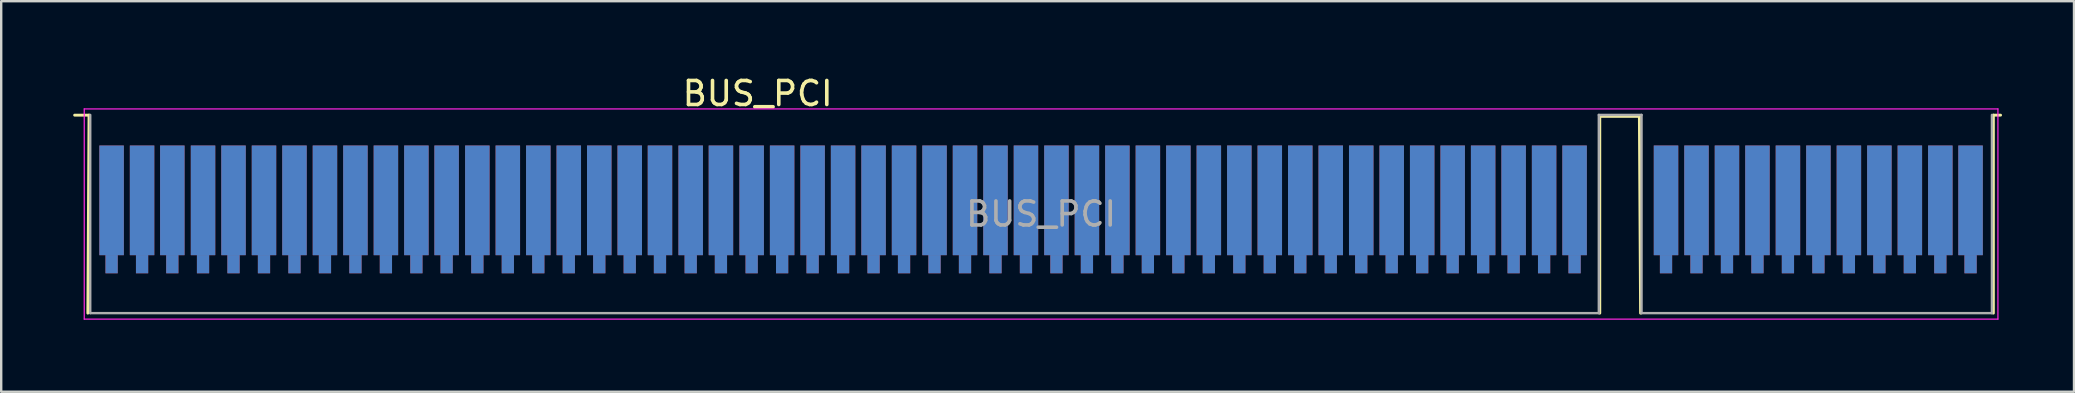
<source format=kicad_pcb>
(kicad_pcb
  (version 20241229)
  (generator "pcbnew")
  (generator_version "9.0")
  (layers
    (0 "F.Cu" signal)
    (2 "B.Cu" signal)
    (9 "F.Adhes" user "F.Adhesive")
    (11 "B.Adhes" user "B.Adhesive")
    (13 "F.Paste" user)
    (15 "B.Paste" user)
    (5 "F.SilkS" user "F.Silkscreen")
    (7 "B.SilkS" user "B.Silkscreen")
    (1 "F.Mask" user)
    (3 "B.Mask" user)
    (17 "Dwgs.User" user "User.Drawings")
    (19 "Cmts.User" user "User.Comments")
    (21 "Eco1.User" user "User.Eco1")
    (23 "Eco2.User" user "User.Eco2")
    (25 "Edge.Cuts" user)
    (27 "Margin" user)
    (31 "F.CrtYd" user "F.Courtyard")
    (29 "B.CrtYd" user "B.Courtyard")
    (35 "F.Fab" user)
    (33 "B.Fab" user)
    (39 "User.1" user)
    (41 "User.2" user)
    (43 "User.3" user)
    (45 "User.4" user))
  (footprint "BUS_PCI"
    (layer "F.Cu")
    (at 40.33 6.628)
    (property "Reference" "BUS_PCI" (at -11.81 -5.78 0) (layer "F.SilkS") (effects (font (size 1 1) (thickness 0.15))))
    (attr exclude_from_pos_files exclude_from_bom)
    (fp_line (start -40.27 -4.88) (end -39.67 -4.88) (stroke (width 0.12) (type solid)) (layer "F.SilkS"))
    (fp_line (start -39.67 -4.88) (end -39.72 3.37) (stroke (width 0.12) (type solid)) (layer "F.SilkS"))
    (fp_line (start 23.28 -4.83) (end 24.93 -4.83) (stroke (width 0.12) (type solid)) (layer "F.SilkS"))
    (fp_line (start 23.28 3.37) (end 23.28 -4.83) (stroke (width 0.12) (type solid)) (layer "F.SilkS"))
    (fp_line (start 24.93 -4.83) (end 24.98 3.37) (stroke (width 0.12) (type solid)) (layer "F.SilkS"))
    (fp_line (start 39.68 -4.88) (end 39.98 -4.88) (stroke (width 0.12) (type solid)) (layer "F.SilkS"))
    (fp_line (start 39.68 3.37) (end 39.68 -4.88) (stroke (width 0.12) (type solid)) (layer "F.SilkS"))
    (fp_line (start -39.87 -5.14) (end -39.87 3.62) (stroke (width 0.05) (type solid)) (layer "F.CrtYd"))
    (fp_line (start -39.87 -5.14) (end 39.87 -5.14) (stroke (width 0.05) (type solid)) (layer "F.CrtYd"))
    (fp_line (start 39.87 3.62) (end -39.87 3.62) (stroke (width 0.05) (type solid)) (layer "F.CrtYd"))
    (fp_line (start 39.87 3.62) (end 39.87 -5.14) (stroke (width 0.05) (type solid)) (layer "F.CrtYd"))
    (fp_line (start -39.62 -4.89) (end -39.62 3.37) (stroke (width 0.1) (type solid)) (layer "F.Fab"))
    (fp_line (start -39.62 3.37) (end 23.24 3.37) (stroke (width 0.1) (type solid)) (layer "F.Fab"))
    (fp_line (start 23.24 -4.89) (end 25.02 -4.89) (stroke (width 0.1) (type solid)) (layer "F.Fab"))
    (fp_line (start 23.24 3.37) (end 23.24 -4.89) (stroke (width 0.1) (type solid)) (layer "F.Fab"))
    (fp_line (start 25.02 -4.89) (end 25.02 3.37) (stroke (width 0.1) (type solid)) (layer "F.Fab"))
    (fp_line (start 25.02 3.37) (end 39.62 3.37) (stroke (width 0.1) (type solid)) (layer "F.Fab"))
    (fp_line (start 39.62 3.37) (end 39.62 -4.89) (stroke (width 0.1) (type solid)) (layer "F.Fab"))
    (fp_text user "${REFERENCE}" (at 0 -0.76 0) (layer "F.Fab") (effects (font (size 1 1) (thickness 0.15))))
    (pad "A1" connect rect (at -38.73 -1.33) (size 1.02 4.57) (layers "B.Cu" "B.Mask"))
    (pad "A1" connect rect (at -38.73 1.33) (size 0.51 0.76) (layers "B.Cu" "B.Mask"))
    (pad "A2" connect rect (at -37.46 -1.33) (size 1.02 4.57) (layers "B.Cu" "B.Mask"))
    (pad "A2" connect rect (at -37.46 1.33) (size 0.51 0.76) (layers "B.Cu" "B.Mask"))
    (pad "A3" connect rect (at -36.2 -1.33) (size 1.02 4.57) (layers "B.Cu" "B.Mask"))
    (pad "A3" connect rect (at -36.2 1.33) (size 0.51 0.76) (layers "B.Cu" "B.Mask"))
    (pad "A4" connect rect (at -34.92 -1.33) (size 1.02 4.57) (layers "B.Cu" "B.Mask"))
    (pad "A4" connect rect (at -34.92 1.33) (size 0.51 0.76) (layers "B.Cu" "B.Mask"))
    (pad "A5" connect rect (at -33.65 -1.33) (size 1.02 4.57) (layers "B.Cu" "B.Mask"))
    (pad "A5" connect rect (at -33.65 1.33) (size 0.51 0.76) (layers "B.Cu" "B.Mask"))
    (pad "A6" connect rect (at -32.38 -1.33) (size 1.02 4.57) (layers "B.Cu" "B.Mask"))
    (pad "A6" connect rect (at -32.38 1.33) (size 0.51 0.76) (layers "B.Cu" "B.Mask"))
    (pad "A7" connect rect (at -31.11 -1.33) (size 1.02 4.57) (layers "B.Cu" "B.Mask"))
    (pad "A7" connect rect (at -31.11 1.33) (size 0.51 0.76) (layers "B.Cu" "B.Mask"))
    (pad "A8" connect rect (at -29.84 -1.33) (size 1.02 4.57) (layers "B.Cu" "B.Mask"))
    (pad "A8" connect rect (at -29.84 1.33) (size 0.51 0.76) (layers "B.Cu" "B.Mask"))
    (pad "A9" connect rect (at -28.57 -1.33) (size 1.02 4.57) (layers "B.Cu" "B.Mask"))
    (pad "A9" connect rect (at -28.57 1.33) (size 0.51 0.76) (layers "B.Cu" "B.Mask"))
    (pad "A10" connect rect (at -27.3 -1.33) (size 1.02 4.57) (layers "B.Cu" "B.Mask"))
    (pad "A10" connect rect (at -27.3 1.33) (size 0.51 0.76) (layers "B.Cu" "B.Mask"))
    (pad "A11" connect rect (at -26.03 -1.33) (size 1.02 4.57) (layers "B.Cu" "B.Mask"))
    (pad "A11" connect rect (at -26.03 1.33) (size 0.51 0.76) (layers "B.Cu" "B.Mask"))
    (pad "A12" connect rect (at -24.77 -1.33) (size 1.02 4.57) (layers "B.Cu" "B.Mask"))
    (pad "A12" connect rect (at -24.77 1.33) (size 0.51 0.76) (layers "B.Cu" "B.Mask"))
    (pad "A13" connect rect (at -23.49 -1.33) (size 1.02 4.57) (layers "B.Cu" "B.Mask"))
    (pad "A13" connect rect (at -23.49 1.33) (size 0.51 0.76) (layers "B.Cu" "B.Mask"))
    (pad "A14" connect rect (at -22.22 -1.33) (size 1.02 4.57) (layers "B.Cu" "B.Mask"))
    (pad "A14" connect rect (at -22.22 1.33) (size 0.51 0.76) (layers "B.Cu" "B.Mask"))
    (pad "A15" connect rect (at -20.95 -1.33) (size 1.02 4.57) (layers "B.Cu" "B.Mask"))
    (pad "A15" connect rect (at -20.95 1.33) (size 0.51 0.76) (layers "B.Cu" "B.Mask"))
    (pad "A16" connect rect (at -19.68 -1.33) (size 1.02 4.57) (layers "B.Cu" "B.Mask"))
    (pad "A16" connect rect (at -19.68 1.33) (size 0.51 0.76) (layers "B.Cu" "B.Mask"))
    (pad "A17" connect rect (at -18.41 -1.33) (size 1.02 4.57) (layers "B.Cu" "B.Mask"))
    (pad "A17" connect rect (at -18.41 1.33) (size 0.51 0.76) (layers "B.Cu" "B.Mask"))
    (pad "A18" connect rect (at -17.14 -1.33) (size 1.02 4.57) (layers "B.Cu" "B.Mask"))
    (pad "A18" connect rect (at -17.14 1.33) (size 0.51 0.76) (layers "B.Cu" "B.Mask"))
    (pad "A19" connect rect (at -15.88 -1.33) (size 1.02 4.57) (layers "B.Cu" "B.Mask"))
    (pad "A19" connect rect (at -15.88 1.33) (size 0.51 0.76) (layers "B.Cu" "B.Mask"))
    (pad "A20" connect rect (at -14.6 -1.33) (size 1.02 4.57) (layers "B.Cu" "B.Mask"))
    (pad "A20" connect rect (at -14.6 1.33) (size 0.51 0.76) (layers "B.Cu" "B.Mask"))
    (pad "A21" connect rect (at -13.34 -1.33) (size 1.02 4.57) (layers "B.Cu" "B.Mask"))
    (pad "A21" connect rect (at -13.34 1.33) (size 0.51 0.76) (layers "B.Cu" "B.Mask"))
    (pad "A22" connect rect (at -12.06 -1.33) (size 1.02 4.57) (layers "B.Cu" "B.Mask"))
    (pad "A22" connect rect (at -12.06 1.33) (size 0.51 0.76) (layers "B.Cu" "B.Mask"))
    (pad "A23" connect rect (at -10.79 -1.33) (size 1.02 4.57) (layers "B.Cu" "B.Mask"))
    (pad "A23" connect rect (at -10.79 1.33) (size 0.51 0.76) (layers "B.Cu" "B.Mask"))
    (pad "A24" connect rect (at -9.52 -1.33) (size 1.02 4.57) (layers "B.Cu" "B.Mask"))
    (pad "A24" connect rect (at -9.52 1.33) (size 0.51 0.76) (layers "B.Cu" "B.Mask"))
    (pad "A25" connect rect (at -8.25 -1.33) (size 1.02 4.57) (layers "B.Cu" "B.Mask"))
    (pad "A25" connect rect (at -8.25 1.33) (size 0.51 0.76) (layers "B.Cu" "B.Mask"))
    (pad "A26" connect rect (at -6.98 -1.33) (size 1.02 4.57) (layers "B.Cu" "B.Mask"))
    (pad "A26" connect rect (at -6.98 1.33) (size 0.51 0.76) (layers "B.Cu" "B.Mask"))
    (pad "A27" connect rect (at -5.71 -1.33) (size 1.02 4.57) (layers "B.Cu" "B.Mask"))
    (pad "A27" connect rect (at -5.71 1.33) (size 0.51 0.76) (layers "B.Cu" "B.Mask"))
    (pad "A28" connect rect (at -4.44 -1.33) (size 1.02 4.57) (layers "B.Cu" "B.Mask"))
    (pad "A28" connect rect (at -4.44 1.33) (size 0.51 0.76) (layers "B.Cu" "B.Mask"))
    (pad "A29" connect rect (at -3.17 -1.33) (size 1.02 4.57) (layers "B.Cu" "B.Mask"))
    (pad "A29" connect rect (at -3.17 1.33) (size 0.51 0.76) (layers "B.Cu" "B.Mask"))
    (pad "A30" connect rect (at -1.9 -1.33) (size 1.02 4.57) (layers "B.Cu" "B.Mask"))
    (pad "A30" connect rect (at -1.9 1.33) (size 0.51 0.76) (layers "B.Cu" "B.Mask"))
    (pad "A31" connect rect (at -0.63 -1.33) (size 1.02 4.57) (layers "B.Cu" "B.Mask"))
    (pad "A31" connect rect (at -0.63 1.33) (size 0.51 0.76) (layers "B.Cu" "B.Mask"))
    (pad "A32" connect rect (at 0.64 -1.33) (size 1.02 4.57) (layers "B.Cu" "B.Mask"))
    (pad "A32" connect rect (at 0.64 1.33) (size 0.51 0.76) (layers "B.Cu" "B.Mask"))
    (pad "A33" connect rect (at 1.91 -1.33) (size 1.02 4.57) (layers "B.Cu" "B.Mask"))
    (pad "A33" connect rect (at 1.91 1.33) (size 0.51 0.76) (layers "B.Cu" "B.Mask"))
    (pad "A34" connect rect (at 3.18 -1.33) (size 1.02 4.57) (layers "B.Cu" "B.Mask"))
    (pad "A34" connect rect (at 3.18 1.33) (size 0.51 0.76) (layers "B.Cu" "B.Mask"))
    (pad "A35" connect rect (at 4.45 -1.33) (size 1.02 4.57) (layers "B.Cu" "B.Mask"))
    (pad "A35" connect rect (at 4.45 1.33) (size 0.51 0.76) (layers "B.Cu" "B.Mask"))
    (pad "A36" connect rect (at 5.72 -1.33) (size 1.02 4.57) (layers "B.Cu" "B.Mask"))
    (pad "A36" connect rect (at 5.72 1.33) (size 0.51 0.76) (layers "B.Cu" "B.Mask"))
    (pad "A37" connect rect (at 6.99 -1.33) (size 1.02 4.57) (layers "B.Cu" "B.Mask"))
    (pad "A37" connect rect (at 6.99 1.33) (size 0.51 0.76) (layers "B.Cu" "B.Mask"))
    (pad "A38" connect rect (at 8.26 -1.33) (size 1.02 4.57) (layers "B.Cu" "B.Mask"))
    (pad "A38" connect rect (at 8.26 1.33) (size 0.51 0.76) (layers "B.Cu" "B.Mask"))
    (pad "A39" connect rect (at 9.53 -1.33) (size 1.02 4.57) (layers "B.Cu" "B.Mask"))
    (pad "A39" connect rect (at 9.53 1.33) (size 0.51 0.76) (layers "B.Cu" "B.Mask"))
    (pad "A40" connect rect (at 10.8 -1.33) (size 1.02 4.57) (layers "B.Cu" "B.Mask"))
    (pad "A40" connect rect (at 10.8 1.33) (size 0.51 0.76) (layers "B.Cu" "B.Mask"))
    (pad "A41" connect rect (at 12.07 -1.33) (size 1.02 4.57) (layers "B.Cu" "B.Mask"))
    (pad "A41" connect rect (at 12.07 1.33) (size 0.51 0.76) (layers "B.Cu" "B.Mask"))
    (pad "A42" connect rect (at 13.34 -1.33) (size 1.02 4.57) (layers "B.Cu" "B.Mask"))
    (pad "A42" connect rect (at 13.34 1.33) (size 0.51 0.76) (layers "B.Cu" "B.Mask"))
    (pad "A43" connect rect (at 14.61 -1.33) (size 1.02 4.57) (layers "B.Cu" "B.Mask"))
    (pad "A43" connect rect (at 14.61 1.33) (size 0.51 0.76) (layers "B.Cu" "B.Mask"))
    (pad "A44" connect rect (at 15.88 -1.33) (size 1.02 4.57) (layers "B.Cu" "B.Mask"))
    (pad "A44" connect rect (at 15.88 1.33) (size 0.51 0.76) (layers "B.Cu" "B.Mask"))
    (pad "A45" connect rect (at 17.15 -1.33) (size 1.02 4.57) (layers "B.Cu" "B.Mask"))
    (pad "A45" connect rect (at 17.15 1.33) (size 0.51 0.76) (layers "B.Cu" "B.Mask"))
    (pad "A46" connect rect (at 18.42 -1.33) (size 1.02 4.57) (layers "B.Cu" "B.Mask"))
    (pad "A46" connect rect (at 18.42 1.33) (size 0.51 0.76) (layers "B.Cu" "B.Mask"))
    (pad "A47" connect rect (at 19.69 -1.33) (size 1.02 4.57) (layers "B.Cu" "B.Mask"))
    (pad "A47" connect rect (at 19.69 1.33) (size 0.51 0.76) (layers "B.Cu" "B.Mask"))
    (pad "A48" connect rect (at 20.96 -1.33) (size 1.02 4.57) (layers "B.Cu" "B.Mask"))
    (pad "A48" connect rect (at 20.96 1.33) (size 0.51 0.76) (layers "B.Cu" "B.Mask"))
    (pad "A49" connect rect (at 22.23 -1.33) (size 1.02 4.57) (layers "B.Cu" "B.Mask"))
    (pad "A49" connect rect (at 22.23 1.33) (size 0.51 0.76) (layers "B.Cu" "B.Mask"))
    (pad "A52" connect rect (at 26.04 -1.33) (size 1.02 4.57) (layers "B.Cu" "B.Mask"))
    (pad "A52" connect rect (at 26.04 1.33) (size 0.51 0.76) (layers "B.Cu" "B.Mask"))
    (pad "A53" connect rect (at 27.31 -1.33) (size 1.02 4.57) (layers "B.Cu" "B.Mask"))
    (pad "A53" connect rect (at 27.31 1.33) (size 0.51 0.76) (layers "B.Cu" "B.Mask"))
    (pad "A54" connect rect (at 28.58 -1.33) (size 1.02 4.57) (layers "B.Cu" "B.Mask"))
    (pad "A54" connect rect (at 28.58 1.33) (size 0.51 0.76) (layers "B.Cu" "B.Mask"))
    (pad "A55" connect rect (at 29.85 -1.33) (size 1.02 4.57) (layers "B.Cu" "B.Mask"))
    (pad "A55" connect rect (at 29.85 1.33) (size 0.51 0.76) (layers "B.Cu" "B.Mask"))
    (pad "A56" connect rect (at 31.12 -1.33) (size 1.02 4.57) (layers "B.Cu" "B.Mask"))
    (pad "A56" connect rect (at 31.12 1.33) (size 0.51 0.76) (layers "B.Cu" "B.Mask"))
    (pad "A57" connect rect (at 32.39 -1.33) (size 1.02 4.57) (layers "B.Cu" "B.Mask"))
    (pad "A57" connect rect (at 32.39 1.33) (size 0.51 0.76) (layers "B.Cu" "B.Mask"))
    (pad "A58" connect rect (at 33.66 -1.33) (size 1.02 4.57) (layers "B.Cu" "B.Mask"))
    (pad "A58" connect rect (at 33.66 1.33) (size 0.51 0.76) (layers "B.Cu" "B.Mask"))
    (pad "A59" connect rect (at 34.93 -1.33) (size 1.02 4.57) (layers "B.Cu" "B.Mask"))
    (pad "A59" connect rect (at 34.93 1.33) (size 0.51 0.76) (layers "B.Cu" "B.Mask"))
    (pad "A60" connect rect (at 36.2 -1.33) (size 1.02 4.57) (layers "B.Cu" "B.Mask"))
    (pad "A60" connect rect (at 36.2 1.33) (size 0.51 0.76) (layers "B.Cu" "B.Mask"))
    (pad "A61" connect rect (at 37.47 -1.33) (size 1.02 4.57) (layers "B.Cu" "B.Mask"))
    (pad "A61" connect rect (at 37.47 1.33) (size 0.51 0.76) (layers "B.Cu" "B.Mask"))
    (pad "A62" connect rect (at 38.73 -1.33) (size 1.02 4.57) (layers "B.Cu" "B.Mask"))
    (pad "A62" connect rect (at 38.73 1.33) (size 0.51 0.76) (layers "B.Cu" "B.Mask"))
    (pad "B1" connect rect (at -38.73 -1.33) (size 1.02 4.57) (layers "F.Cu" "F.Mask"))
    (pad "B1" connect rect (at -38.73 1.33) (size 0.51 0.76) (layers "F.Cu" "F.Mask"))
    (pad "B2" connect rect (at -37.46 -1.33) (size 1.02 4.57) (layers "F.Cu" "F.Mask"))
    (pad "B2" connect rect (at -37.46 1.33) (size 0.51 0.76) (layers "F.Cu" "F.Mask"))
    (pad "B3" connect rect (at -36.2 -1.33) (size 1.02 4.57) (layers "F.Cu" "F.Mask"))
    (pad "B3" connect rect (at -36.2 1.33) (size 0.51 0.76) (layers "F.Cu" "F.Mask"))
    (pad "B4" connect rect (at -34.92 -1.33) (size 1.02 4.57) (layers "F.Cu" "F.Mask"))
    (pad "B4" connect rect (at -34.92 1.33) (size 0.51 0.76) (layers "F.Cu" "F.Mask"))
    (pad "B5" connect rect (at -33.65 -1.33) (size 1.02 4.57) (layers "F.Cu" "F.Mask"))
    (pad "B5" connect rect (at -33.65 1.33) (size 0.51 0.76) (layers "F.Cu" "F.Mask"))
    (pad "B6" connect rect (at -32.38 -1.33) (size 1.02 4.57) (layers "F.Cu" "F.Mask"))
    (pad "B6" connect rect (at -32.38 1.33) (size 0.51 0.76) (layers "F.Cu" "F.Mask"))
    (pad "B7" connect rect (at -31.11 -1.33) (size 1.02 4.57) (layers "F.Cu" "F.Mask"))
    (pad "B7" connect rect (at -31.11 1.33) (size 0.51 0.76) (layers "F.Cu" "F.Mask"))
    (pad "B8" connect rect (at -29.84 -1.33) (size 1.02 4.57) (layers "F.Cu" "F.Mask"))
    (pad "B8" connect rect (at -29.84 1.33) (size 0.51 0.76) (layers "F.Cu" "F.Mask"))
    (pad "B9" connect rect (at -28.57 -1.33) (size 1.02 4.57) (layers "F.Cu" "F.Mask"))
    (pad "B9" connect rect (at -28.57 1.33) (size 0.51 0.76) (layers "F.Cu" "F.Mask"))
    (pad "B10" connect rect (at -27.3 -1.33) (size 1.02 4.57) (layers "F.Cu" "F.Mask"))
    (pad "B10" connect rect (at -27.3 1.33) (size 0.51 0.76) (layers "F.Cu" "F.Mask"))
    (pad "B11" connect rect (at -26.03 -1.33) (size 1.02 4.57) (layers "F.Cu" "F.Mask"))
    (pad "B11" connect rect (at -26.03 1.33) (size 0.51 0.76) (layers "F.Cu" "F.Mask"))
    (pad "B12" connect rect (at -24.77 -1.33) (size 1.02 4.57) (layers "F.Cu" "F.Mask"))
    (pad "B12" connect rect (at -24.77 1.33) (size 0.51 0.76) (layers "F.Cu" "F.Mask"))
    (pad "B13" connect rect (at -23.49 -1.33) (size 1.02 4.57) (layers "F.Cu" "F.Mask"))
    (pad "B13" connect rect (at -23.49 1.33) (size 0.51 0.76) (layers "F.Cu" "F.Mask"))
    (pad "B14" connect rect (at -22.22 -1.33) (size 1.02 4.57) (layers "F.Cu" "F.Mask"))
    (pad "B14" connect rect (at -22.22 1.33) (size 0.51 0.76) (layers "F.Cu" "F.Mask"))
    (pad "B15" connect rect (at -20.95 -1.33) (size 1.02 4.57) (layers "F.Cu" "F.Mask"))
    (pad "B15" connect rect (at -20.95 1.33) (size 0.51 0.76) (layers "F.Cu" "F.Mask"))
    (pad "B16" connect rect (at -19.68 -1.33) (size 1.02 4.57) (layers "F.Cu" "F.Mask"))
    (pad "B16" connect rect (at -19.68 1.33) (size 0.51 0.76) (layers "F.Cu" "F.Mask"))
    (pad "B17" connect rect (at -18.41 -1.33) (size 1.02 4.57) (layers "F.Cu" "F.Mask"))
    (pad "B17" connect rect (at -18.41 1.33) (size 0.51 0.76) (layers "F.Cu" "F.Mask"))
    (pad "B18" connect rect (at -17.14 -1.33) (size 1.02 4.57) (layers "F.Cu" "F.Mask"))
    (pad "B18" connect rect (at -17.14 1.33) (size 0.51 0.76) (layers "F.Cu" "F.Mask"))
    (pad "B19" connect rect (at -15.88 -1.33) (size 1.02 4.57) (layers "F.Cu" "F.Mask"))
    (pad "B19" connect rect (at -15.88 1.33) (size 0.51 0.76) (layers "F.Cu" "F.Mask"))
    (pad "B20" connect rect (at -14.6 -1.33) (size 1.02 4.57) (layers "F.Cu" "F.Mask"))
    (pad "B20" connect rect (at -14.6 1.33) (size 0.51 0.76) (layers "F.Cu" "F.Mask"))
    (pad "B21" connect rect (at -13.34 -1.33) (size 1.02 4.57) (layers "F.Cu" "F.Mask"))
    (pad "B21" connect rect (at -13.34 1.33) (size 0.51 0.76) (layers "F.Cu" "F.Mask"))
    (pad "B22" connect rect (at -12.06 -1.33) (size 1.02 4.57) (layers "F.Cu" "F.Mask"))
    (pad "B22" connect rect (at -12.06 1.33) (size 0.51 0.76) (layers "F.Cu" "F.Mask"))
    (pad "B23" connect rect (at -10.79 -1.33) (size 1.02 4.57) (layers "F.Cu" "F.Mask"))
    (pad "B23" connect rect (at -10.79 1.33) (size 0.51 0.76) (layers "F.Cu" "F.Mask"))
    (pad "B24" connect rect (at -9.52 -1.33) (size 1.02 4.57) (layers "F.Cu" "F.Mask"))
    (pad "B24" connect rect (at -9.52 1.33) (size 0.51 0.76) (layers "F.Cu" "F.Mask"))
    (pad "B25" connect rect (at -8.25 -1.33) (size 1.02 4.57) (layers "F.Cu" "F.Mask"))
    (pad "B25" connect rect (at -8.25 1.33) (size 0.51 0.76) (layers "F.Cu" "F.Mask"))
    (pad "B26" connect rect (at -6.98 -1.33) (size 1.02 4.57) (layers "F.Cu" "F.Mask"))
    (pad "B26" connect rect (at -6.98 1.33) (size 0.51 0.76) (layers "F.Cu" "F.Mask"))
    (pad "B27" connect rect (at -5.71 -1.33) (size 1.02 4.57) (layers "F.Cu" "F.Mask"))
    (pad "B27" connect rect (at -5.71 1.33) (size 0.51 0.76) (layers "F.Cu" "F.Mask"))
    (pad "B28" connect rect (at -4.44 -1.33) (size 1.02 4.57) (layers "F.Cu" "F.Mask"))
    (pad "B28" connect rect (at -4.44 1.33) (size 0.51 0.76) (layers "F.Cu" "F.Mask"))
    (pad "B29" connect rect (at -3.17 -1.33) (size 1.02 4.57) (layers "F.Cu" "F.Mask"))
    (pad "B29" connect rect (at -3.17 1.33) (size 0.51 0.76) (layers "F.Cu" "F.Mask"))
    (pad "B30" connect rect (at -1.9 -1.33) (size 1.02 4.57) (layers "F.Cu" "F.Mask"))
    (pad "B30" connect rect (at -1.9 1.33) (size 0.51 0.76) (layers "F.Cu" "F.Mask"))
    (pad "B31" connect rect (at -0.63 -1.33) (size 1.02 4.57) (layers "F.Cu" "F.Mask"))
    (pad "B31" connect rect (at -0.63 1.33) (size 0.51 0.76) (layers "F.Cu" "F.Mask"))
    (pad "B32" connect rect (at 0.64 -1.33) (size 1.02 4.57) (layers "F.Cu" "F.Mask"))
    (pad "B32" connect rect (at 0.64 1.33) (size 0.51 0.76) (layers "F.Cu" "F.Mask"))
    (pad "B33" connect rect (at 1.91 -1.33) (size 1.02 4.57) (layers "F.Cu" "F.Mask"))
    (pad "B33" connect rect (at 1.91 1.33) (size 0.51 0.76) (layers "F.Cu" "F.Mask"))
    (pad "B34" connect rect (at 3.18 -1.33) (size 1.02 4.57) (layers "F.Cu" "F.Mask"))
    (pad "B34" connect rect (at 3.18 1.33) (size 0.51 0.76) (layers "F.Cu" "F.Mask"))
    (pad "B35" connect rect (at 4.45 -1.33) (size 1.02 4.57) (layers "F.Cu" "F.Mask"))
    (pad "B35" connect rect (at 4.45 1.33) (size 0.51 0.76) (layers "F.Cu" "F.Mask"))
    (pad "B36" connect rect (at 5.72 -1.33) (size 1.02 4.57) (layers "F.Cu" "F.Mask"))
    (pad "B36" connect rect (at 5.72 1.33) (size 0.51 0.76) (layers "F.Cu" "F.Mask"))
    (pad "B37" connect rect (at 6.99 -1.33) (size 1.02 4.57) (layers "F.Cu" "F.Mask"))
    (pad "B37" connect rect (at 6.99 1.33) (size 0.51 0.76) (layers "F.Cu" "F.Mask"))
    (pad "B38" connect rect (at 8.26 -1.33) (size 1.02 4.57) (layers "F.Cu" "F.Mask"))
    (pad "B38" connect rect (at 8.26 1.33) (size 0.51 0.76) (layers "F.Cu" "F.Mask"))
    (pad "B39" connect rect (at 9.53 -1.33) (size 1.02 4.57) (layers "F.Cu" "F.Mask"))
    (pad "B39" connect rect (at 9.53 1.33) (size 0.51 0.76) (layers "F.Cu" "F.Mask"))
    (pad "B40" connect rect (at 10.8 -1.33) (size 1.02 4.57) (layers "F.Cu" "F.Mask"))
    (pad "B40" connect rect (at 10.8 1.33) (size 0.51 0.76) (layers "F.Cu" "F.Mask"))
    (pad "B41" connect rect (at 12.07 -1.33) (size 1.02 4.57) (layers "F.Cu" "F.Mask"))
    (pad "B41" connect rect (at 12.07 1.33) (size 0.51 0.76) (layers "F.Cu" "F.Mask"))
    (pad "B42" connect rect (at 13.34 -1.33) (size 1.02 4.57) (layers "F.Cu" "F.Mask"))
    (pad "B42" connect rect (at 13.34 1.33) (size 0.51 0.76) (layers "F.Cu" "F.Mask"))
    (pad "B43" connect rect (at 14.61 -1.33) (size 1.02 4.57) (layers "F.Cu" "F.Mask"))
    (pad "B43" connect rect (at 14.61 1.33) (size 0.51 0.76) (layers "F.Cu" "F.Mask"))
    (pad "B44" connect rect (at 15.88 -1.33) (size 1.02 4.57) (layers "F.Cu" "F.Mask"))
    (pad "B44" connect rect (at 15.88 1.33) (size 0.51 0.76) (layers "F.Cu" "F.Mask"))
    (pad "B45" connect rect (at 17.15 -1.33) (size 1.02 4.57) (layers "F.Cu" "F.Mask"))
    (pad "B45" connect rect (at 17.15 1.33) (size 0.51 0.76) (layers "F.Cu" "F.Mask"))
    (pad "B46" connect rect (at 18.42 -1.33) (size 1.02 4.57) (layers "F.Cu" "F.Mask"))
    (pad "B46" connect rect (at 18.42 1.33) (size 0.51 0.76) (layers "F.Cu" "F.Mask"))
    (pad "B47" connect rect (at 19.69 -1.33) (size 1.02 4.57) (layers "F.Cu" "F.Mask"))
    (pad "B47" connect rect (at 19.69 1.33) (size 0.51 0.76) (layers "F.Cu" "F.Mask"))
    (pad "B48" connect rect (at 20.96 -1.33) (size 1.02 4.57) (layers "F.Cu" "F.Mask"))
    (pad "B48" connect rect (at 20.96 1.33) (size 0.51 0.76) (layers "F.Cu" "F.Mask"))
    (pad "B49" connect rect (at 22.23 -1.33) (size 1.02 4.57) (layers "F.Cu" "F.Mask"))
    (pad "B49" connect rect (at 22.23 1.33) (size 0.51 0.76) (layers "F.Cu" "F.Mask"))
    (pad "B52" connect rect (at 26.04 -1.33) (size 1.02 4.57) (layers "F.Cu" "F.Mask"))
    (pad "B52" connect rect (at 26.04 1.33) (size 0.51 0.76) (layers "F.Cu" "F.Mask"))
    (pad "B53" connect rect (at 27.31 -1.33) (size 1.02 4.57) (layers "F.Cu" "F.Mask"))
    (pad "B53" connect rect (at 27.31 1.33) (size 0.51 0.76) (layers "F.Cu" "F.Mask"))
    (pad "B54" connect rect (at 28.58 -1.33) (size 1.02 4.57) (layers "F.Cu" "F.Mask"))
    (pad "B54" connect rect (at 28.58 1.33) (size 0.51 0.76) (layers "F.Cu" "F.Mask"))
    (pad "B55" connect rect (at 29.85 -1.33) (size 1.02 4.57) (layers "F.Cu" "F.Mask"))
    (pad "B55" connect rect (at 29.85 1.33) (size 0.51 0.76) (layers "F.Cu" "F.Mask"))
    (pad "B56" connect rect (at 31.12 -1.33) (size 1.02 4.57) (layers "F.Cu" "F.Mask"))
    (pad "B56" connect rect (at 31.12 1.33) (size 0.51 0.76) (layers "F.Cu" "F.Mask"))
    (pad "B57" connect rect (at 32.39 -1.33) (size 1.02 4.57) (layers "F.Cu" "F.Mask"))
    (pad "B57" connect rect (at 32.39 1.33) (size 0.51 0.76) (layers "F.Cu" "F.Mask"))
    (pad "B58" connect rect (at 33.66 -1.33) (size 1.02 4.57) (layers "F.Cu" "F.Mask"))
    (pad "B58" connect rect (at 33.66 1.33) (size 0.51 0.76) (layers "F.Cu" "F.Mask"))
    (pad "B59" connect rect (at 34.93 -1.33) (size 1.02 4.57) (layers "F.Cu" "F.Mask"))
    (pad "B59" connect rect (at 34.93 1.33) (size 0.51 0.76) (layers "F.Cu" "F.Mask"))
    (pad "B60" connect rect (at 36.2 -1.33) (size 1.02 4.57) (layers "F.Cu" "F.Mask"))
    (pad "B60" connect rect (at 36.2 1.33) (size 0.51 0.76) (layers "F.Cu" "F.Mask"))
    (pad "B61" connect rect (at 37.47 -1.33) (size 1.02 4.57) (layers "F.Cu" "F.Mask"))
    (pad "B61" connect rect (at 37.47 1.33) (size 0.51 0.76) (layers "F.Cu" "F.Mask"))
    (pad "B62" connect rect (at 38.73 -1.33) (size 1.02 4.57) (layers "F.Cu" "F.Mask"))
    (pad "B62" connect rect (at 38.73 1.33) (size 0.51 0.76) (layers "F.Cu" "F.Mask")))
  (gr_rect
    (start -3 -3)
    (end 83.37 13.273)
    (stroke (width 0.1) (type default))
    (fill no)
    (layer "Edge.Cuts")))
</source>
